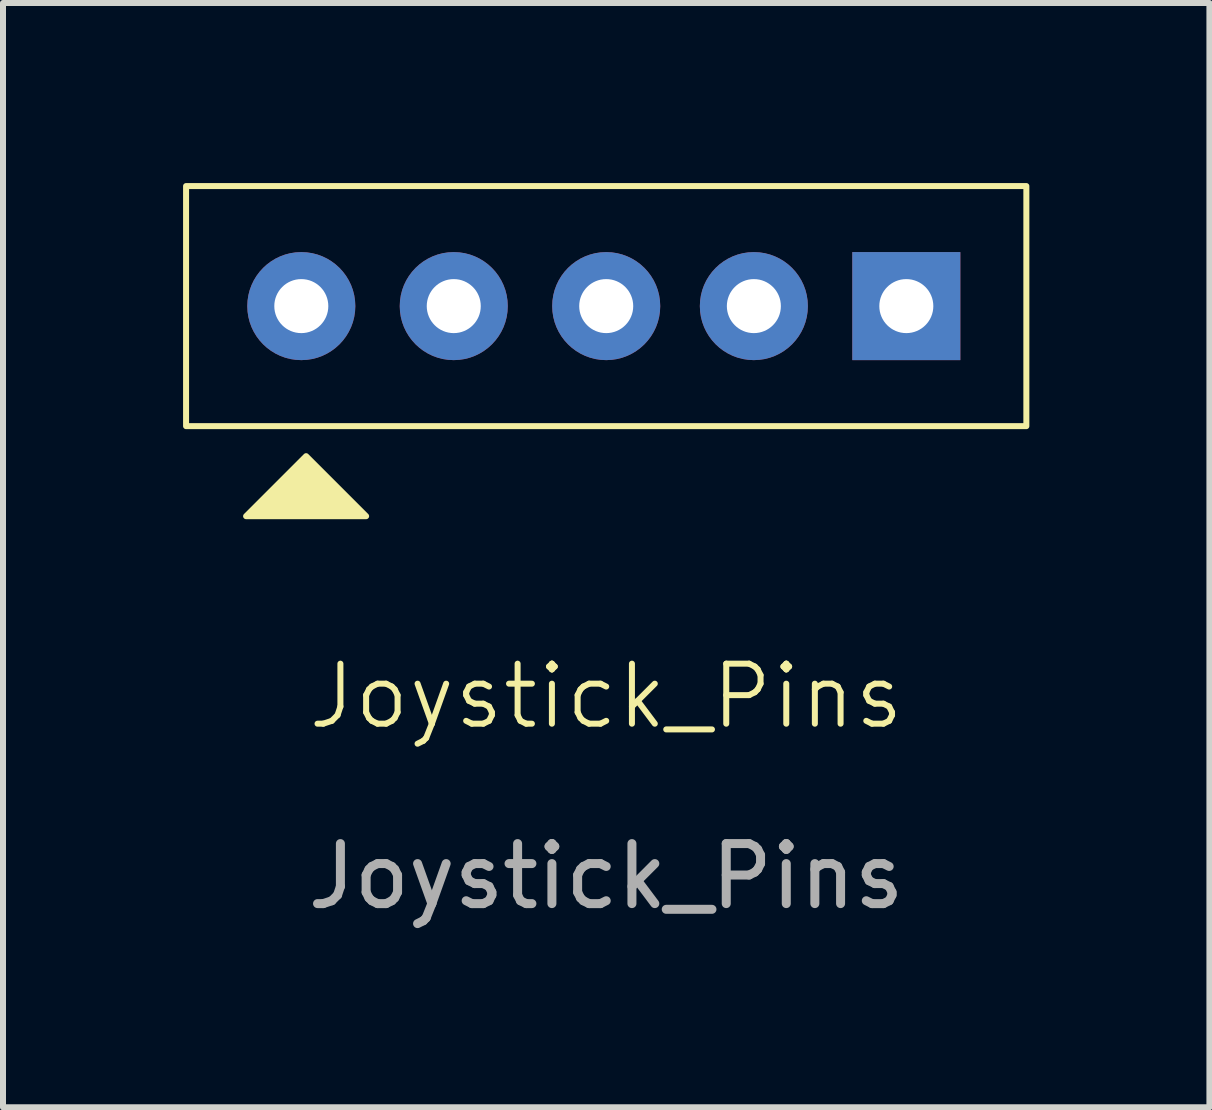
<source format=kicad_pcb>
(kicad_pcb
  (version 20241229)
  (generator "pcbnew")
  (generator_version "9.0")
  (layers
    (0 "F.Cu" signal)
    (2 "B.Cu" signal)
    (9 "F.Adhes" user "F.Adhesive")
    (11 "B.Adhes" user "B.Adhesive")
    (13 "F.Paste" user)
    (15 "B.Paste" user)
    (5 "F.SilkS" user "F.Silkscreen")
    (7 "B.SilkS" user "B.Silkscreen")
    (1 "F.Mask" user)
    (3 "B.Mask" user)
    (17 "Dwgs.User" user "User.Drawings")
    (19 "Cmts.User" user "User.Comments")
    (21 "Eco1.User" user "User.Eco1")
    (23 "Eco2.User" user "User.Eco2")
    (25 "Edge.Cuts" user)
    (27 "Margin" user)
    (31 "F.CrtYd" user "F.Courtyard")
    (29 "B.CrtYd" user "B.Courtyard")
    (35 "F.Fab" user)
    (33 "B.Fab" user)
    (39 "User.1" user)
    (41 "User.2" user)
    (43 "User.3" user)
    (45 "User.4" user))
  (footprint "Joystick_Pins"
    (layer "F.Cu")
    (at 7.05 9.05)
    (property "Reference" "Joystick_Pins" (at 0 -0.5 0) (unlocked yes) (layer "F.SilkS") (effects (font (size 1 1) (thickness 0.1))))
    (attr smd)
    (fp_rect (start -7 -9) (end 7 -5) (stroke (width 0.1) (type default)) (fill no) (layer "F.SilkS"))
    (fp_poly (pts (xy -6 -3.5) (xy -4 -3.5) (xy -5 -4.5)) (stroke (width 0.1) (type solid)) (fill yes) (layer "F.SilkS"))
    (fp_text user "${REFERENCE}" (at 0 2.5 0) (unlocked yes) (layer "F.Fab") (effects (font (size 1 1) (thickness 0.15))))
    (pad "1" thru_hole circle (at -5.08 -7) (size 1.8 1.8) (drill 0.9) (layers "*.Cu" "*.Mask"))
    (pad "2" thru_hole circle (at -2.54 -7) (size 1.8 1.8) (drill 0.9) (layers "*.Cu" "*.Mask"))
    (pad "3" thru_hole circle (at 0 -7) (size 1.8 1.8) (drill 0.9) (layers "*.Cu" "*.Mask"))
    (pad "4" thru_hole circle (at 2.46 -7) (size 1.8 1.8) (drill 0.9) (layers "*.Cu" "*.Mask"))
    (pad "5" thru_hole rect (at 5 -7) (size 1.8 1.8) (drill 0.9) (layers "*.Cu" "*.Mask")))
  (gr_rect
    (start -3 -3)
    (end 17.1 15.398)
    (stroke (width 0.1) (type default))
    (fill no)
    (layer "Edge.Cuts")))
</source>
